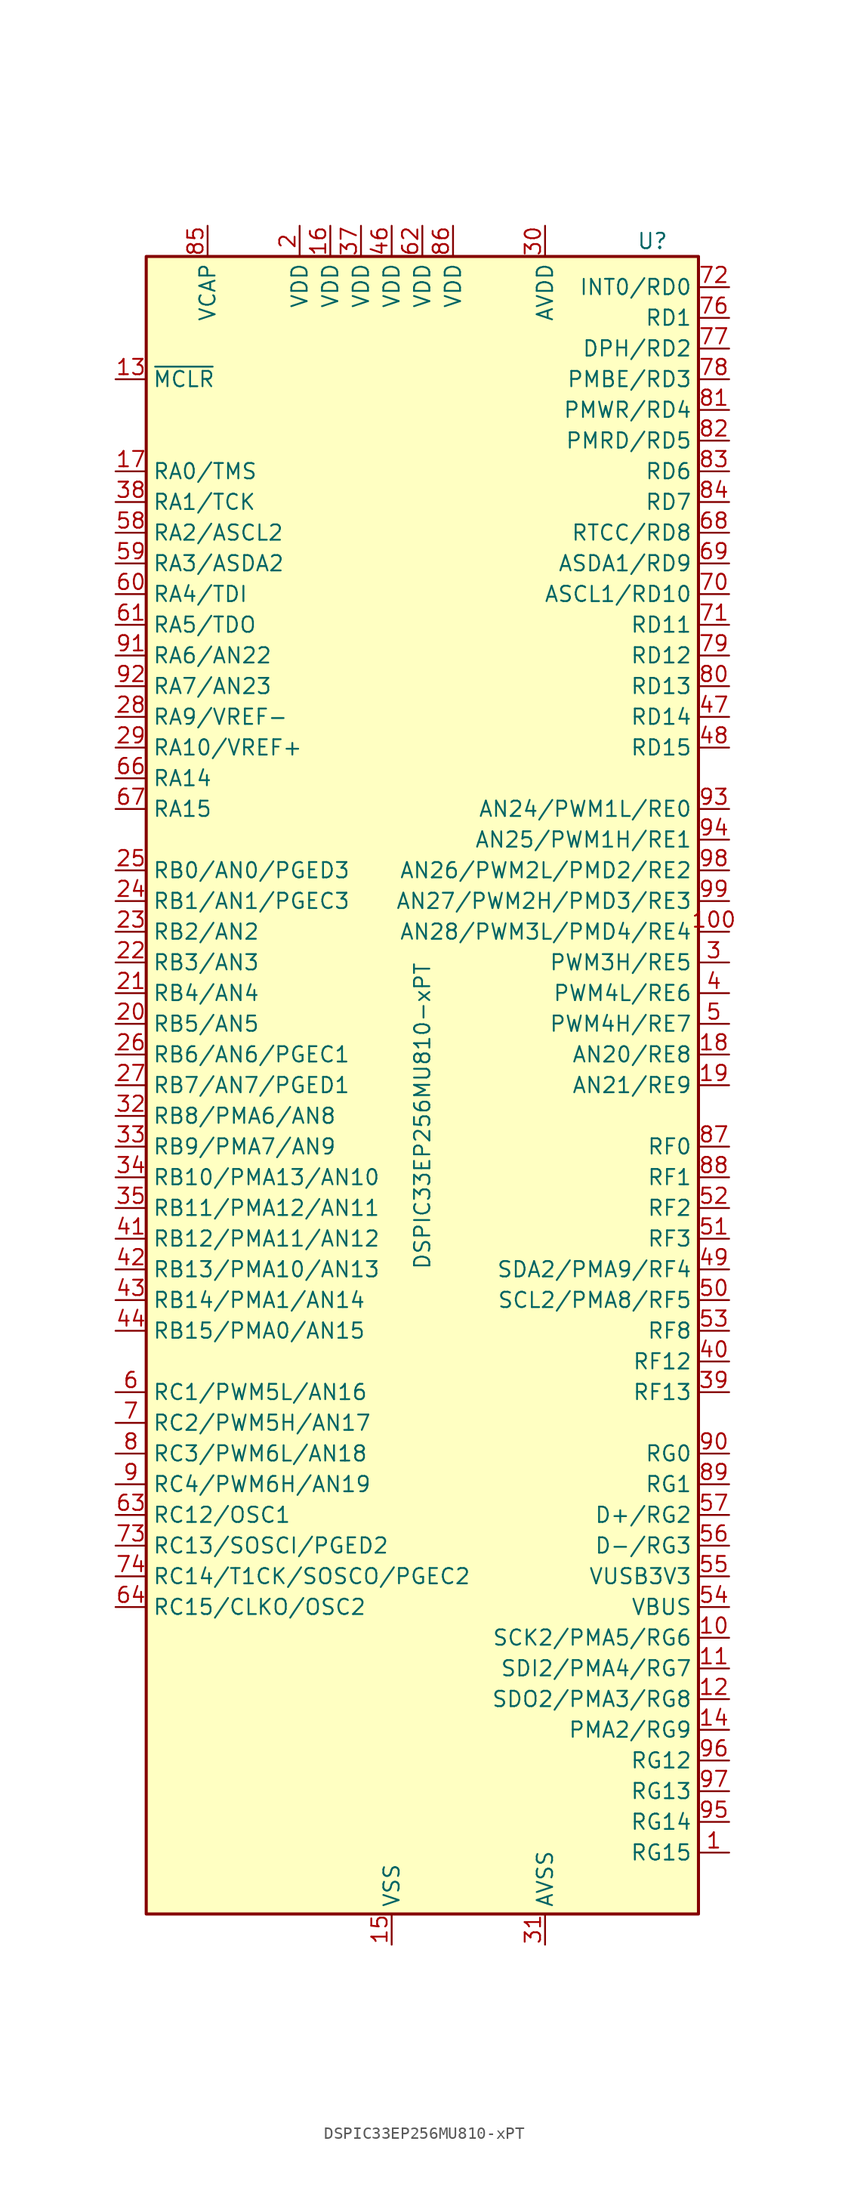
<source format=kicad_sym>
(kicad_symbol_lib
  (version 20231120)
  (generator "kicad_symbol_editor")
  (generator_version "8.0")
  (symbol "DSPIC33EP256MU810-xPT"
    (property "Reference" "U"
      (at 19.05 69.85 0)
      (effects (font (size 1.27 1.27))))
    (property "Value" "DSPIC33EP256MU810-xPT"
      (at 0 -2.54 90)
      (effects (font (size 1.27 1.27))))
    (symbol "DSPIC33EP256MU810-xPT_0_1"
      (rectangle (start -22.86 68.58) (end 22.86 -68.58) (stroke (width 0.254) (type default)) (fill (type background))))
    (symbol "DSPIC33EP256MU810-xPT_1_1"
      (pin bidirectional line (at 25.4 -63.5 180) (length 2.54) (name "RG15" (effects (font (size 1.27 1.27)))) (number "1" (effects (font (size 1.27 1.27)))))
      (pin bidirectional line (at 25.4 -45.72 180) (length 2.54) (name "SCK2/PMA5/RG6" (effects (font (size 1.27 1.27)))) (number "10" (effects (font (size 1.27 1.27)))))
      (pin bidirectional line (at 25.4 12.7 180) (length 2.54) (name "AN28/PWM3L/PMD4/RE4" (effects (font (size 1.27 1.27)))) (number "100" (effects (font (size 1.27 1.27)))))
      (pin bidirectional line (at 25.4 -48.26 180) (length 2.54) (name "SDI2/PMA4/RG7" (effects (font (size 1.27 1.27)))) (number "11" (effects (font (size 1.27 1.27)))))
      (pin bidirectional line (at 25.4 -50.8 180) (length 2.54) (name "SDO2/PMA3/RG8" (effects (font (size 1.27 1.27)))) (number "12" (effects (font (size 1.27 1.27)))))
      (pin input line (at -25.4 58.42 0) (length 2.54) (name "~{MCLR}" (effects (font (size 1.27 1.27)))) (number "13" (effects (font (size 1.27 1.27)))))
      (pin bidirectional line (at 25.4 -53.34 180) (length 2.54) (name "PMA2/RG9" (effects (font (size 1.27 1.27)))) (number "14" (effects (font (size 1.27 1.27)))))
      (pin power_in line (at -2.54 -71.12 90) (length 2.54) (name "VSS" (effects (font (size 1.27 1.27)))) (number "15" (effects (font (size 1.27 1.27)))))
      (pin power_in line (at -7.62 71.12 270) (length 2.54) (name "VDD" (effects (font (size 1.27 1.27)))) (number "16" (effects (font (size 1.27 1.27)))))
      (pin bidirectional line (at -25.4 50.8 0) (length 2.54) (name "RA0/TMS" (effects (font (size 1.27 1.27)))) (number "17" (effects (font (size 1.27 1.27)))))
      (pin bidirectional line (at 25.4 2.54 180) (length 2.54) (name "AN20/RE8" (effects (font (size 1.27 1.27)))) (number "18" (effects (font (size 1.27 1.27)))))
      (pin bidirectional line (at 25.4 0 180) (length 2.54) (name "AN21/RE9" (effects (font (size 1.27 1.27)))) (number "19" (effects (font (size 1.27 1.27)))))
      (pin power_in line (at -10.16 71.12 270) (length 2.54) (name "VDD" (effects (font (size 1.27 1.27)))) (number "2" (effects (font (size 1.27 1.27)))))
      (pin bidirectional line (at -25.4 5.08 0) (length 2.54) (name "RB5/AN5" (effects (font (size 1.27 1.27)))) (number "20" (effects (font (size 1.27 1.27)))))
      (pin bidirectional line (at -25.4 7.62 0) (length 2.54) (name "RB4/AN4" (effects (font (size 1.27 1.27)))) (number "21" (effects (font (size 1.27 1.27)))))
      (pin bidirectional line (at -25.4 10.16 0) (length 2.54) (name "RB3/AN3" (effects (font (size 1.27 1.27)))) (number "22" (effects (font (size 1.27 1.27)))))
      (pin bidirectional line (at -25.4 12.7 0) (length 2.54) (name "RB2/AN2" (effects (font (size 1.27 1.27)))) (number "23" (effects (font (size 1.27 1.27)))))
      (pin bidirectional line (at -25.4 15.24 0) (length 2.54) (name "RB1/AN1/PGEC3" (effects (font (size 1.27 1.27)))) (number "24" (effects (font (size 1.27 1.27)))))
      (pin bidirectional line (at -25.4 17.78 0) (length 2.54) (name "RB0/AN0/PGED3" (effects (font (size 1.27 1.27)))) (number "25" (effects (font (size 1.27 1.27)))))
      (pin bidirectional line (at -25.4 2.54 0) (length 2.54) (name "RB6/AN6/PGEC1" (effects (font (size 1.27 1.27)))) (number "26" (effects (font (size 1.27 1.27)))))
      (pin bidirectional line (at -25.4 0 0) (length 2.54) (name "RB7/AN7/PGED1" (effects (font (size 1.27 1.27)))) (number "27" (effects (font (size 1.27 1.27)))))
      (pin bidirectional line (at -25.4 30.48 0) (length 2.54) (name "RA9/VREF-" (effects (font (size 1.27 1.27)))) (number "28" (effects (font (size 1.27 1.27)))))
      (pin bidirectional line (at -25.4 27.94 0) (length 2.54) (name "RA10/VREF+" (effects (font (size 1.27 1.27)))) (number "29" (effects (font (size 1.27 1.27)))))
      (pin bidirectional line (at 25.4 10.16 180) (length 2.54) (name "PWM3H/RE5" (effects (font (size 1.27 1.27)))) (number "3" (effects (font (size 1.27 1.27)))))
      (pin power_in line (at 10.16 71.12 270) (length 2.54) (name "AVDD" (effects (font (size 1.27 1.27)))) (number "30" (effects (font (size 1.27 1.27)))))
      (pin power_in line (at 10.16 -71.12 90) (length 2.54) (name "AVSS" (effects (font (size 1.27 1.27)))) (number "31" (effects (font (size 1.27 1.27)))))
      (pin bidirectional line (at -25.4 -2.54 0) (length 2.54) (name "RB8/PMA6/AN8" (effects (font (size 1.27 1.27)))) (number "32" (effects (font (size 1.27 1.27)))))
      (pin bidirectional line (at -25.4 -5.08 0) (length 2.54) (name "RB9/PMA7/AN9" (effects (font (size 1.27 1.27)))) (number "33" (effects (font (size 1.27 1.27)))))
      (pin bidirectional line (at -25.4 -7.62 0) (length 2.54) (name "RB10/PMA13/AN10" (effects (font (size 1.27 1.27)))) (number "34" (effects (font (size 1.27 1.27)))))
      (pin bidirectional line (at -25.4 -10.16 0) (length 2.54) (name "RB11/PMA12/AN11" (effects (font (size 1.27 1.27)))) (number "35" (effects (font (size 1.27 1.27)))))
      (pin passive line (at -2.54 -71.12 90) (length 2.54) hide (name "VSS" (effects (font (size 1.27 1.27)))) (number "36" (effects (font (size 1.27 1.27)))))
      (pin power_in line (at -5.08 71.12 270) (length 2.54) (name "VDD" (effects (font (size 1.27 1.27)))) (number "37" (effects (font (size 1.27 1.27)))))
      (pin bidirectional line (at -25.4 48.26 0) (length 2.54) (name "RA1/TCK" (effects (font (size 1.27 1.27)))) (number "38" (effects (font (size 1.27 1.27)))))
      (pin bidirectional line (at 25.4 -25.4 180) (length 2.54) (name "RF13" (effects (font (size 1.27 1.27)))) (number "39" (effects (font (size 1.27 1.27)))))
      (pin bidirectional line (at 25.4 7.62 180) (length 2.54) (name "PWM4L/RE6" (effects (font (size 1.27 1.27)))) (number "4" (effects (font (size 1.27 1.27)))))
      (pin bidirectional line (at 25.4 -22.86 180) (length 2.54) (name "RF12" (effects (font (size 1.27 1.27)))) (number "40" (effects (font (size 1.27 1.27)))))
      (pin bidirectional line (at -25.4 -12.7 0) (length 2.54) (name "RB12/PMA11/AN12" (effects (font (size 1.27 1.27)))) (number "41" (effects (font (size 1.27 1.27)))))
      (pin bidirectional line (at -25.4 -15.24 0) (length 2.54) (name "RB13/PMA10/AN13" (effects (font (size 1.27 1.27)))) (number "42" (effects (font (size 1.27 1.27)))))
      (pin bidirectional line (at -25.4 -17.78 0) (length 2.54) (name "RB14/PMA1/AN14" (effects (font (size 1.27 1.27)))) (number "43" (effects (font (size 1.27 1.27)))))
      (pin bidirectional line (at -25.4 -20.32 0) (length 2.54) (name "RB15/PMA0/AN15" (effects (font (size 1.27 1.27)))) (number "44" (effects (font (size 1.27 1.27)))))
      (pin passive line (at -2.54 -71.12 90) (length 2.54) hide (name "VSS" (effects (font (size 1.27 1.27)))) (number "45" (effects (font (size 1.27 1.27)))))
      (pin power_in line (at -2.54 71.12 270) (length 2.54) (name "VDD" (effects (font (size 1.27 1.27)))) (number "46" (effects (font (size 1.27 1.27)))))
      (pin bidirectional line (at 25.4 30.48 180) (length 2.54) (name "RD14" (effects (font (size 1.27 1.27)))) (number "47" (effects (font (size 1.27 1.27)))))
      (pin bidirectional line (at 25.4 27.94 180) (length 2.54) (name "RD15" (effects (font (size 1.27 1.27)))) (number "48" (effects (font (size 1.27 1.27)))))
      (pin bidirectional line (at 25.4 -15.24 180) (length 2.54) (name "SDA2/PMA9/RF4" (effects (font (size 1.27 1.27)))) (number "49" (effects (font (size 1.27 1.27)))))
      (pin bidirectional line (at 25.4 5.08 180) (length 2.54) (name "PWM4H/RE7" (effects (font (size 1.27 1.27)))) (number "5" (effects (font (size 1.27 1.27)))))
      (pin bidirectional line (at 25.4 -17.78 180) (length 2.54) (name "SCL2/PMA8/RF5" (effects (font (size 1.27 1.27)))) (number "50" (effects (font (size 1.27 1.27)))))
      (pin bidirectional line (at 25.4 -12.7 180) (length 2.54) (name "RF3" (effects (font (size 1.27 1.27)))) (number "51" (effects (font (size 1.27 1.27)))))
      (pin bidirectional line (at 25.4 -10.16 180) (length 2.54) (name "RF2" (effects (font (size 1.27 1.27)))) (number "52" (effects (font (size 1.27 1.27)))))
      (pin bidirectional line (at 25.4 -20.32 180) (length 2.54) (name "RF8" (effects (font (size 1.27 1.27)))) (number "53" (effects (font (size 1.27 1.27)))))
      (pin bidirectional line (at 25.4 -43.18 180) (length 2.54) (name "VBUS" (effects (font (size 1.27 1.27)))) (number "54" (effects (font (size 1.27 1.27)))))
      (pin bidirectional line (at 25.4 -40.64 180) (length 2.54) (name "VUSB3V3" (effects (font (size 1.27 1.27)))) (number "55" (effects (font (size 1.27 1.27)))))
      (pin bidirectional line (at 25.4 -38.1 180) (length 2.54) (name "D-/RG3" (effects (font (size 1.27 1.27)))) (number "56" (effects (font (size 1.27 1.27)))))
      (pin bidirectional line (at 25.4 -35.56 180) (length 2.54) (name "D+/RG2" (effects (font (size 1.27 1.27)))) (number "57" (effects (font (size 1.27 1.27)))))
      (pin bidirectional line (at -25.4 45.72 0) (length 2.54) (name "RA2/ASCL2" (effects (font (size 1.27 1.27)))) (number "58" (effects (font (size 1.27 1.27)))))
      (pin bidirectional line (at -25.4 43.18 0) (length 2.54) (name "RA3/ASDA2" (effects (font (size 1.27 1.27)))) (number "59" (effects (font (size 1.27 1.27)))))
      (pin bidirectional line (at -25.4 -25.4 0) (length 2.54) (name "RC1/PWM5L/AN16" (effects (font (size 1.27 1.27)))) (number "6" (effects (font (size 1.27 1.27)))))
      (pin bidirectional line (at -25.4 40.64 0) (length 2.54) (name "RA4/TDI" (effects (font (size 1.27 1.27)))) (number "60" (effects (font (size 1.27 1.27)))))
      (pin bidirectional line (at -25.4 38.1 0) (length 2.54) (name "RA5/TDO" (effects (font (size 1.27 1.27)))) (number "61" (effects (font (size 1.27 1.27)))))
      (pin power_in line (at 0 71.12 270) (length 2.54) (name "VDD" (effects (font (size 1.27 1.27)))) (number "62" (effects (font (size 1.27 1.27)))))
      (pin bidirectional line (at -25.4 -35.56 0) (length 2.54) (name "RC12/OSC1" (effects (font (size 1.27 1.27)))) (number "63" (effects (font (size 1.27 1.27)))))
      (pin bidirectional line (at -25.4 -43.18 0) (length 2.54) (name "RC15/CLKO/OSC2" (effects (font (size 1.27 1.27)))) (number "64" (effects (font (size 1.27 1.27)))))
      (pin passive line (at -2.54 -71.12 90) (length 2.54) hide (name "VSS" (effects (font (size 1.27 1.27)))) (number "65" (effects (font (size 1.27 1.27)))))
      (pin bidirectional line (at -25.4 25.4 0) (length 2.54) (name "RA14" (effects (font (size 1.27 1.27)))) (number "66" (effects (font (size 1.27 1.27)))))
      (pin bidirectional line (at -25.4 22.86 0) (length 2.54) (name "RA15" (effects (font (size 1.27 1.27)))) (number "67" (effects (font (size 1.27 1.27)))))
      (pin bidirectional line (at 25.4 45.72 180) (length 2.54) (name "RTCC/RD8" (effects (font (size 1.27 1.27)))) (number "68" (effects (font (size 1.27 1.27)))))
      (pin bidirectional line (at 25.4 43.18 180) (length 2.54) (name "ASDA1/RD9" (effects (font (size 1.27 1.27)))) (number "69" (effects (font (size 1.27 1.27)))))
      (pin bidirectional line (at -25.4 -27.94 0) (length 2.54) (name "RC2/PWM5H/AN17" (effects (font (size 1.27 1.27)))) (number "7" (effects (font (size 1.27 1.27)))))
      (pin bidirectional line (at 25.4 40.64 180) (length 2.54) (name "ASCL1/RD10" (effects (font (size 1.27 1.27)))) (number "70" (effects (font (size 1.27 1.27)))))
      (pin bidirectional line (at 25.4 38.1 180) (length 2.54) (name "RD11" (effects (font (size 1.27 1.27)))) (number "71" (effects (font (size 1.27 1.27)))))
      (pin bidirectional line (at 25.4 66.04 180) (length 2.54) (name "INT0/RD0" (effects (font (size 1.27 1.27)))) (number "72" (effects (font (size 1.27 1.27)))))
      (pin bidirectional line (at -25.4 -38.1 0) (length 2.54) (name "RC13/SOSCI/PGED2" (effects (font (size 1.27 1.27)))) (number "73" (effects (font (size 1.27 1.27)))))
      (pin bidirectional line (at -25.4 -40.64 0) (length 2.54) (name "RC14/T1CK/SOSCO/PGEC2" (effects (font (size 1.27 1.27)))) (number "74" (effects (font (size 1.27 1.27)))))
      (pin passive line (at -2.54 -71.12 90) (length 2.54) hide (name "VSS" (effects (font (size 1.27 1.27)))) (number "75" (effects (font (size 1.27 1.27)))))
      (pin bidirectional line (at 25.4 63.5 180) (length 2.54) (name "RD1" (effects (font (size 1.27 1.27)))) (number "76" (effects (font (size 1.27 1.27)))))
      (pin bidirectional line (at 25.4 60.96 180) (length 2.54) (name "DPH/RD2" (effects (font (size 1.27 1.27)))) (number "77" (effects (font (size 1.27 1.27)))))
      (pin bidirectional line (at 25.4 58.42 180) (length 2.54) (name "PMBE/RD3" (effects (font (size 1.27 1.27)))) (number "78" (effects (font (size 1.27 1.27)))))
      (pin bidirectional line (at 25.4 35.56 180) (length 2.54) (name "RD12" (effects (font (size 1.27 1.27)))) (number "79" (effects (font (size 1.27 1.27)))))
      (pin bidirectional line (at -25.4 -30.48 0) (length 2.54) (name "RC3/PWM6L/AN18" (effects (font (size 1.27 1.27)))) (number "8" (effects (font (size 1.27 1.27)))))
      (pin bidirectional line (at 25.4 33.02 180) (length 2.54) (name "RD13" (effects (font (size 1.27 1.27)))) (number "80" (effects (font (size 1.27 1.27)))))
      (pin bidirectional line (at 25.4 55.88 180) (length 2.54) (name "PMWR/RD4" (effects (font (size 1.27 1.27)))) (number "81" (effects (font (size 1.27 1.27)))))
      (pin bidirectional line (at 25.4 53.34 180) (length 2.54) (name "PMRD/RD5" (effects (font (size 1.27 1.27)))) (number "82" (effects (font (size 1.27 1.27)))))
      (pin bidirectional line (at 25.4 50.8 180) (length 2.54) (name "RD6" (effects (font (size 1.27 1.27)))) (number "83" (effects (font (size 1.27 1.27)))))
      (pin bidirectional line (at 25.4 48.26 180) (length 2.54) (name "RD7" (effects (font (size 1.27 1.27)))) (number "84" (effects (font (size 1.27 1.27)))))
      (pin passive line (at -17.78 71.12 270) (length 2.54) (name "VCAP" (effects (font (size 1.27 1.27)))) (number "85" (effects (font (size 1.27 1.27)))))
      (pin power_in line (at 2.54 71.12 270) (length 2.54) (name "VDD" (effects (font (size 1.27 1.27)))) (number "86" (effects (font (size 1.27 1.27)))))
      (pin bidirectional line (at 25.4 -5.08 180) (length 2.54) (name "RF0" (effects (font (size 1.27 1.27)))) (number "87" (effects (font (size 1.27 1.27)))))
      (pin bidirectional line (at 25.4 -7.62 180) (length 2.54) (name "RF1" (effects (font (size 1.27 1.27)))) (number "88" (effects (font (size 1.27 1.27)))))
      (pin bidirectional line (at 25.4 -33.02 180) (length 2.54) (name "RG1" (effects (font (size 1.27 1.27)))) (number "89" (effects (font (size 1.27 1.27)))))
      (pin bidirectional line (at -25.4 -33.02 0) (length 2.54) (name "RC4/PWM6H/AN19" (effects (font (size 1.27 1.27)))) (number "9" (effects (font (size 1.27 1.27)))))
      (pin bidirectional line (at 25.4 -30.48 180) (length 2.54) (name "RG0" (effects (font (size 1.27 1.27)))) (number "90" (effects (font (size 1.27 1.27)))))
      (pin bidirectional line (at -25.4 35.56 0) (length 2.54) (name "RA6/AN22" (effects (font (size 1.27 1.27)))) (number "91" (effects (font (size 1.27 1.27)))))
      (pin bidirectional line (at -25.4 33.02 0) (length 2.54) (name "RA7/AN23" (effects (font (size 1.27 1.27)))) (number "92" (effects (font (size 1.27 1.27)))))
      (pin bidirectional line (at 25.4 22.86 180) (length 2.54) (name "AN24/PWM1L/RE0" (effects (font (size 1.27 1.27)))) (number "93" (effects (font (size 1.27 1.27)))))
      (pin bidirectional line (at 25.4 20.32 180) (length 2.54) (name "AN25/PWM1H/RE1" (effects (font (size 1.27 1.27)))) (number "94" (effects (font (size 1.27 1.27)))))
      (pin bidirectional line (at 25.4 -60.96 180) (length 2.54) (name "RG14" (effects (font (size 1.27 1.27)))) (number "95" (effects (font (size 1.27 1.27)))))
      (pin bidirectional line (at 25.4 -55.88 180) (length 2.54) (name "RG12" (effects (font (size 1.27 1.27)))) (number "96" (effects (font (size 1.27 1.27)))))
      (pin bidirectional line (at 25.4 -58.42 180) (length 2.54) (name "RG13" (effects (font (size 1.27 1.27)))) (number "97" (effects (font (size 1.27 1.27)))))
      (pin bidirectional line (at 25.4 17.78 180) (length 2.54) (name "AN26/PWM2L/PMD2/RE2" (effects (font (size 1.27 1.27)))) (number "98" (effects (font (size 1.27 1.27)))))
      (pin bidirectional line (at 25.4 15.24 180) (length 2.54) (name "AN27/PWM2H/PMD3/RE3" (effects (font (size 1.27 1.27)))) (number "99" (effects (font (size 1.27 1.27))))))))
</source>
